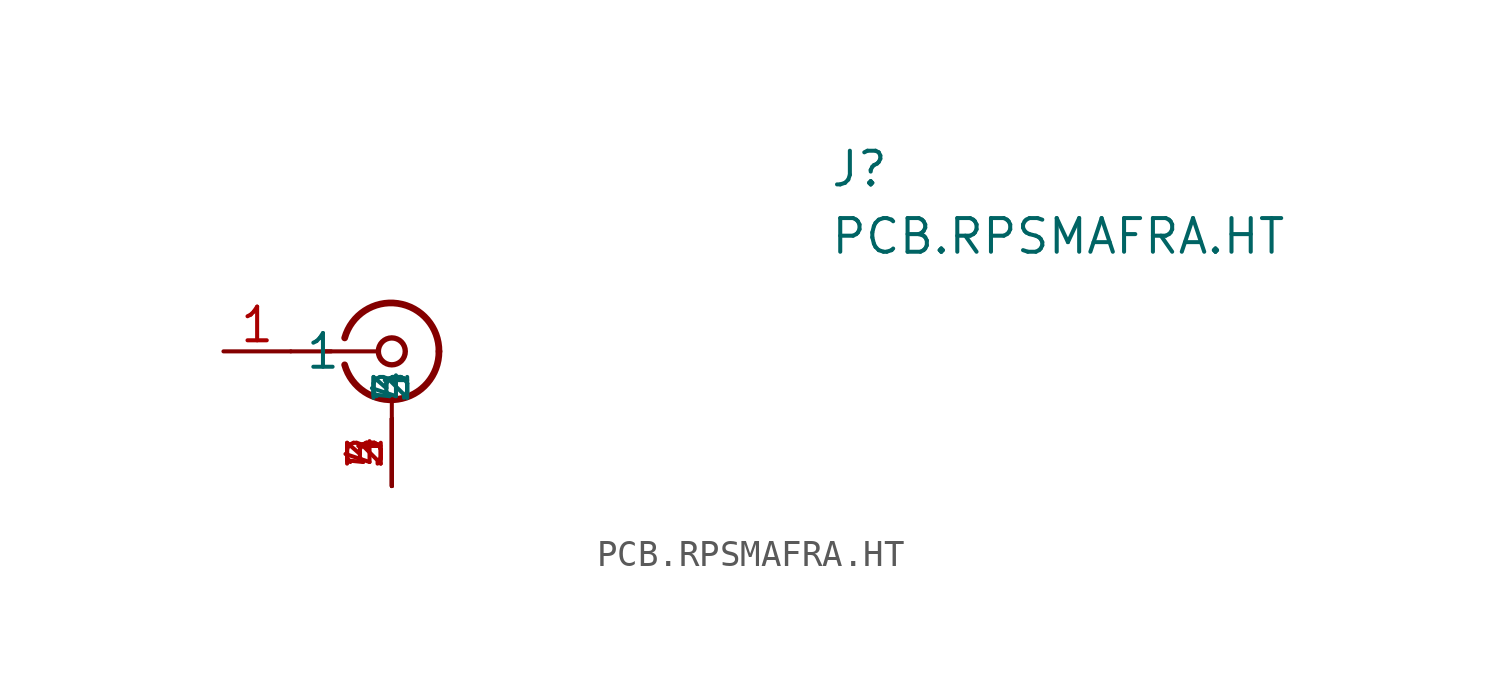
<source format=kicad_sym>
(kicad_symbol_lib
  (version 20241209)
  (generator "kicad_symbol_editor")
  (generator_version "9.0")
  (symbol "PCB.RPSMAFRA.HT"
    (property "Reference" "J"
      (at 16.51 7.62 0)
      (effects (font (size 1.27 1.27)) (justify left top)))
    (property "Value" "PCB.RPSMAFRA.HT"
      (at 16.51 5.08 0)
      (effects (font (size 1.27 1.27)) (justify left top)))
    (symbol "PCB.RPSMAFRA.HT_0_1"
      (polyline (pts (xy -3.81 0) (xy -2.286 0)) (stroke (width 0) (type default)) (fill (type none)))
      (polyline (pts (xy -2.54 0) (xy -0.508 0)) (stroke (width 0) (type default)) (fill (type none)))
      (arc (start 1.778 0) (mid 0.222 -1.8079) (end -1.778 -0.508) (stroke (width 0.254) (type default)) (fill (type none)))
      (arc (start -1.778 0.508) (mid 0.2221 1.8084) (end 1.778 0) (stroke (width 0.254) (type default)) (fill (type none)))
      (circle (center 0 0) (radius 0.508) (stroke (width 0.203) (type default)) (fill (type none)))
      (polyline (pts (xy 0 -2.54) (xy 0 -1.778)) (stroke (width 0) (type default)) (fill (type none))))
    (symbol "PCB.RPSMAFRA.HT_1_1"
      (pin passive line (at -6.35 0 0) (length 2.54) (name "1" (effects (font (size 1.27 1.27)))) (number "1" (effects (font (size 1.27 1.27)))))
      (pin passive line (at 0 -5.08 90) (length 2.54) (name "2" (effects (font (size 1.27 1.27)))) (number "2" (effects (font (size 1.27 1.27)))))
      (pin passive line (at 0 -5.08 90) (length 2.54) (name "3" (effects (font (size 1.27 1.27)))) (number "3" (effects (font (size 1.27 1.27)))))
      (pin passive line (at 0 -5.08 90) (length 2.54) (name "4" (effects (font (size 1.27 1.27)))) (number "4" (effects (font (size 1.27 1.27)))))
      (pin passive line (at 0 -5.08 90) (length 2.54) (name "5" (effects (font (size 1.27 1.27)))) (number "5" (effects (font (size 1.27 1.27))))))))
</source>
